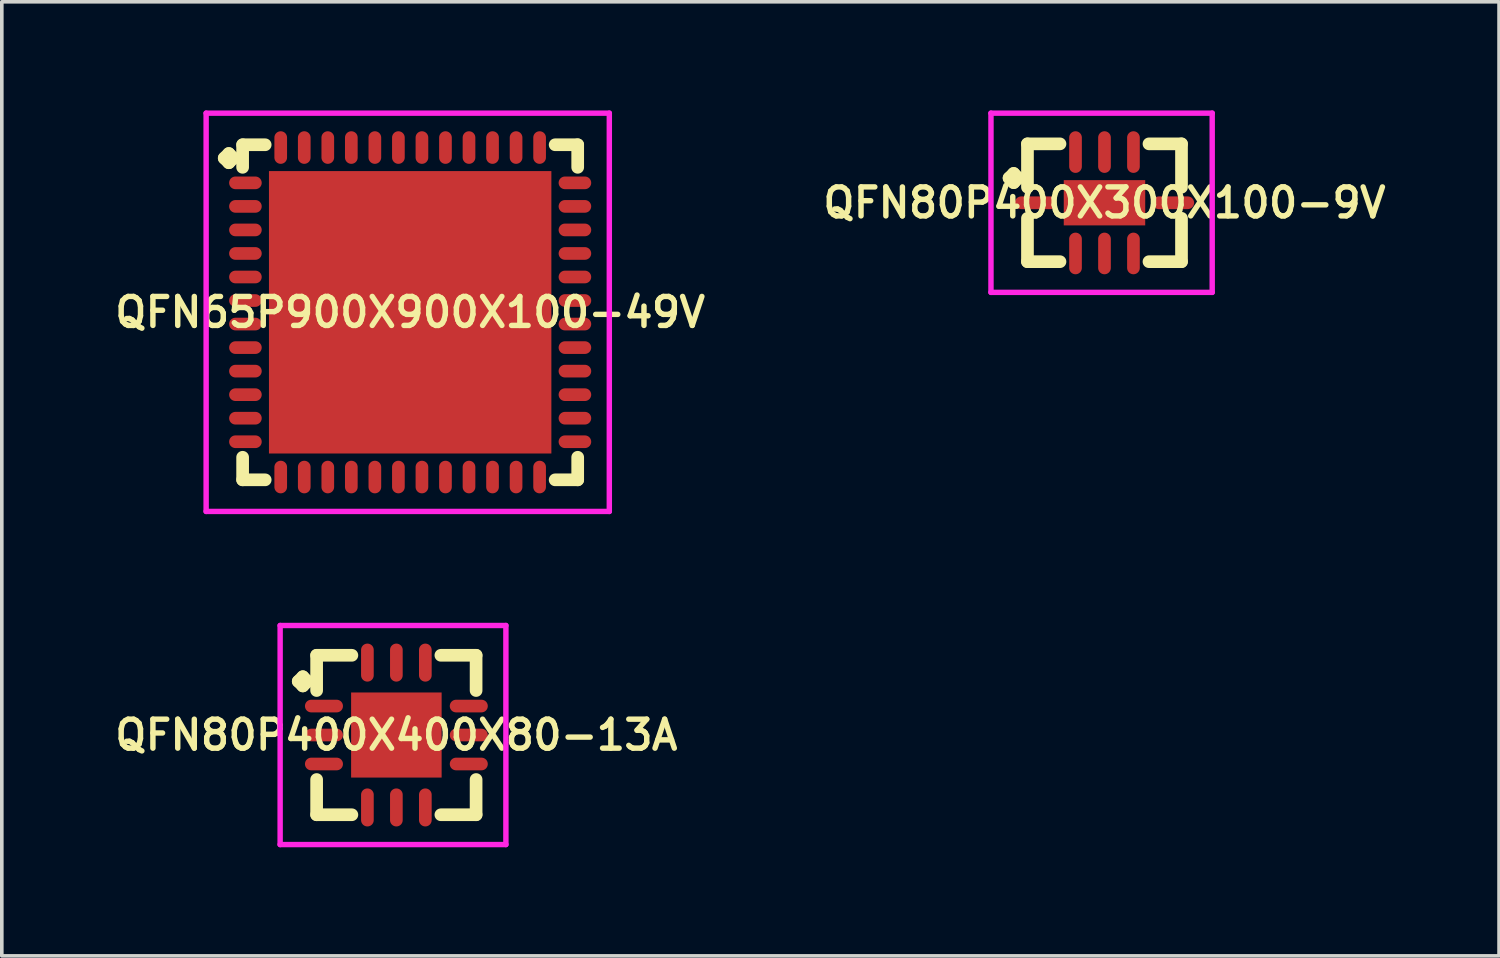
<source format=kicad_pcb>
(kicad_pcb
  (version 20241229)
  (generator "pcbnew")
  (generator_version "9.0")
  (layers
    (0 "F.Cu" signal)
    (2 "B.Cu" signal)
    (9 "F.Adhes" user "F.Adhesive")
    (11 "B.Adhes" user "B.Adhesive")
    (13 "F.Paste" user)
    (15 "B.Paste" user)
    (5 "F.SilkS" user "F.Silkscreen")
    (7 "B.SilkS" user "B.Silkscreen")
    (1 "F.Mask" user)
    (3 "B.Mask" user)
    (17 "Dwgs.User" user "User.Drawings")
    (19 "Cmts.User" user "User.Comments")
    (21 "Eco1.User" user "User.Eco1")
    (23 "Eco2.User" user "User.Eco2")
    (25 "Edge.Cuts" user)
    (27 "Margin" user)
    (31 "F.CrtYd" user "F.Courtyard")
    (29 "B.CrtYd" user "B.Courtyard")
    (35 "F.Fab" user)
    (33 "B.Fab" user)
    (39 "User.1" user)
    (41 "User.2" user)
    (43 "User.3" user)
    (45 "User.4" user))
  (footprint "QFN80P400X400X80-13A"
    (layer "F.Cu")
    (at 7.897 17.25)
    (property "Reference" "QFN80P400X400X80-13A" (at 0 0 0) (layer "F.SilkS") (effects (font (size 0.8 0.8) (thickness 0.15))))
    (attr smd)
    (fp_line (start -2.71 -1.483) (end -2.583 -1.61) (stroke (width 0.35) (type solid)) (layer "F.SilkS"))
    (fp_line (start -2.583 -1.61) (end -2.456 -1.483) (stroke (width 0.35) (type solid)) (layer "F.SilkS"))
    (fp_line (start -2.583 -1.356) (end -2.71 -1.483) (stroke (width 0.35) (type solid)) (layer "F.SilkS"))
    (fp_line (start -2.456 -1.483) (end -2.583 -1.356) (stroke (width 0.35) (type solid)) (layer "F.SilkS"))
    (fp_line (start -2.202 -2.202) (end -1.229 -2.202) (stroke (width 0.35) (type solid)) (layer "F.SilkS"))
    (fp_line (start -2.202 -1.229) (end -2.202 -2.202) (stroke (width 0.35) (type solid)) (layer "F.SilkS"))
    (fp_line (start -2.202 1.229) (end -2.202 2.202) (stroke (width 0.35) (type solid)) (layer "F.SilkS"))
    (fp_line (start -2.202 2.202) (end -1.229 2.202) (stroke (width 0.35) (type solid)) (layer "F.SilkS"))
    (fp_line (start 1.229 -2.202) (end 2.202 -2.202) (stroke (width 0.35) (type solid)) (layer "F.SilkS"))
    (fp_line (start 1.229 2.202) (end 2.202 2.202) (stroke (width 0.35) (type solid)) (layer "F.SilkS"))
    (fp_line (start 2.202 -2.202) (end 2.202 -1.229) (stroke (width 0.35) (type solid)) (layer "F.SilkS"))
    (fp_line (start 2.202 2.202) (end 2.202 1.229) (stroke (width 0.35) (type solid)) (layer "F.SilkS"))
    (fp_line (start -3.21 -3.025) (end 3.025 -3.025) (stroke (width 0.15) (type solid)) (layer "F.CrtYd"))
    (fp_line (start -3.21 3.025) (end -3.21 -3.025) (stroke (width 0.15) (type solid)) (layer "F.CrtYd"))
    (fp_line (start 3.025 -3.025) (end 3.025 3.025) (stroke (width 0.15) (type solid)) (layer "F.CrtYd"))
    (fp_line (start 3.025 3.025) (end -3.21 3.025) (stroke (width 0.15) (type solid)) (layer "F.CrtYd"))
    (pad "1" smd oval (at -2 -0.8) (size 1.05 0.35) (layers "F.Cu" "F.Mask" "F.Paste"))
    (pad "2" smd oval (at -2 0) (size 1.05 0.35) (layers "F.Cu" "F.Mask" "F.Paste"))
    (pad "3" smd oval (at -2 0.8) (size 1.05 0.35) (layers "F.Cu" "F.Mask" "F.Paste"))
    (pad "4" smd oval (at -0.8 2) (size 0.35 1.05) (layers "F.Cu" "F.Mask" "F.Paste"))
    (pad "5" smd oval (at 0 2) (size 0.35 1.05) (layers "F.Cu" "F.Mask" "F.Paste"))
    (pad "6" smd oval (at 0.8 2) (size 0.35 1.05) (layers "F.Cu" "F.Mask" "F.Paste"))
    (pad "7" smd oval (at 2 0.8) (size 1.05 0.35) (layers "F.Cu" "F.Mask" "F.Paste"))
    (pad "8" smd oval (at 2 0) (size 1.05 0.35) (layers "F.Cu" "F.Mask" "F.Paste"))
    (pad "9" smd oval (at 2 -0.8) (size 1.05 0.35) (layers "F.Cu" "F.Mask" "F.Paste"))
    (pad "10" smd oval (at 0.8 -2) (size 0.35 1.05) (layers "F.Cu" "F.Mask" "F.Paste"))
    (pad "11" smd oval (at 0 -2) (size 0.35 1.05) (layers "F.Cu" "F.Mask" "F.Paste"))
    (pad "12" smd oval (at -0.8 -2) (size 0.35 1.05) (layers "F.Cu" "F.Mask" "F.Paste"))
    (pad "13" smd rect (at 0 0) (size 2.5 2.35) (layers "F.Cu" "F.Mask" "F.Paste")))
  (footprint "QFN80P400X300X100-9V"
    (layer "F.Cu")
    (at 27.454 2.55)
    (property "Reference" "QFN80P400X300X100-9V" (at 0 0 0) (layer "F.SilkS") (effects (font (size 0.8 0.8) (thickness 0.15))))
    (attr through_hole)
    (fp_line (start -2.635 -0.683) (end -2.508 -0.81) (stroke (width 0.35) (type solid)) (layer "F.SilkS"))
    (fp_line (start -2.508 -0.81) (end -2.381 -0.683) (stroke (width 0.35) (type solid)) (layer "F.SilkS"))
    (fp_line (start -2.508 -0.556) (end -2.635 -0.683) (stroke (width 0.35) (type solid)) (layer "F.SilkS"))
    (fp_line (start -2.381 -0.683) (end -2.508 -0.556) (stroke (width 0.35) (type solid)) (layer "F.SilkS"))
    (fp_line (start -2.127 -1.627) (end -1.229 -1.627) (stroke (width 0.35) (type solid)) (layer "F.SilkS"))
    (fp_line (start -2.127 -0.429) (end -2.127 -1.627) (stroke (width 0.35) (type solid)) (layer "F.SilkS"))
    (fp_line (start -2.127 0.429) (end -2.127 1.627) (stroke (width 0.35) (type solid)) (layer "F.SilkS"))
    (fp_line (start -2.127 1.627) (end -1.229 1.627) (stroke (width 0.35) (type solid)) (layer "F.SilkS"))
    (fp_line (start 1.229 -1.627) (end 2.127 -1.627) (stroke (width 0.35) (type solid)) (layer "F.SilkS"))
    (fp_line (start 1.229 1.627) (end 2.127 1.627) (stroke (width 0.35) (type solid)) (layer "F.SilkS"))
    (fp_line (start 2.127 -1.627) (end 2.127 -0.429) (stroke (width 0.35) (type solid)) (layer "F.SilkS"))
    (fp_line (start 2.127 1.627) (end 2.127 0.429) (stroke (width 0.35) (type solid)) (layer "F.SilkS"))
    (fp_line (start -3.135 -2.475) (end 2.975 -2.475) (stroke (width 0.15) (type solid)) (layer "F.CrtYd"))
    (fp_line (start -3.135 2.475) (end -3.135 -2.475) (stroke (width 0.15) (type solid)) (layer "F.CrtYd"))
    (fp_line (start 2.975 -2.475) (end 2.975 2.475) (stroke (width 0.15) (type solid)) (layer "F.CrtYd"))
    (fp_line (start 2.975 2.475) (end -3.135 2.475) (stroke (width 0.15) (type solid)) (layer "F.CrtYd"))
    (pad "1" smd oval (at -1.9 0) (size 1.15 0.35) (layers "F.Cu" "F.Mask" "F.Paste"))
    (pad "2" smd oval (at -0.8 1.4) (size 0.35 1.15) (layers "F.Cu" "F.Mask" "F.Paste"))
    (pad "3" smd oval (at 0 1.4) (size 0.35 1.15) (layers "F.Cu" "F.Mask" "F.Paste"))
    (pad "4" smd oval (at 0.8 1.4) (size 0.35 1.15) (layers "F.Cu" "F.Mask" "F.Paste"))
    (pad "5" smd oval (at 1.9 0) (size 1.15 0.35) (layers "F.Cu" "F.Mask" "F.Paste"))
    (pad "6" smd oval (at 0.8 -1.4) (size 0.35 1.15) (layers "F.Cu" "F.Mask" "F.Paste"))
    (pad "7" smd oval (at 0 -1.4) (size 0.35 1.15) (layers "F.Cu" "F.Mask" "F.Paste"))
    (pad "8" smd oval (at -0.8 -1.4) (size 0.35 1.15) (layers "F.Cu" "F.Mask" "F.Paste"))
    (pad "9" smd rect (at 0 0) (size 2.25 1.25) (layers "F.Cu" "F.Mask" "F.Paste")))
  (footprint "QFN65P900X900X100-49V"
    (layer "F.Cu")
    (at 8.278 5.575)
    (property "Reference" "QFN65P900X900X100-49V" (at 0 0 0) (layer "F.SilkS") (effects (font (size 0.8 0.8) (thickness 0.15))))
    (attr smd)
    (fp_line (start -5.135 -4.258) (end -5.008 -4.385) (stroke (width 0.35) (type solid)) (layer "F.SilkS"))
    (fp_line (start -5.008 -4.385) (end -4.881 -4.258) (stroke (width 0.35) (type solid)) (layer "F.SilkS"))
    (fp_line (start -5.008 -4.131) (end -5.135 -4.258) (stroke (width 0.35) (type solid)) (layer "F.SilkS"))
    (fp_line (start -4.881 -4.258) (end -5.008 -4.131) (stroke (width 0.35) (type solid)) (layer "F.SilkS"))
    (fp_line (start -4.627 -4.627) (end -4.004 -4.627) (stroke (width 0.35) (type solid)) (layer "F.SilkS"))
    (fp_line (start -4.627 -4.004) (end -4.627 -4.627) (stroke (width 0.35) (type solid)) (layer "F.SilkS"))
    (fp_line (start -4.627 4.004) (end -4.627 4.627) (stroke (width 0.35) (type solid)) (layer "F.SilkS"))
    (fp_line (start -4.627 4.627) (end -4.004 4.627) (stroke (width 0.35) (type solid)) (layer "F.SilkS"))
    (fp_line (start 4.004 -4.627) (end 4.627 -4.627) (stroke (width 0.35) (type solid)) (layer "F.SilkS"))
    (fp_line (start 4.004 4.627) (end 4.627 4.627) (stroke (width 0.35) (type solid)) (layer "F.SilkS"))
    (fp_line (start 4.627 -4.627) (end 4.627 -4.004) (stroke (width 0.35) (type solid)) (layer "F.SilkS"))
    (fp_line (start 4.627 4.627) (end 4.627 4.004) (stroke (width 0.35) (type solid)) (layer "F.SilkS"))
    (fp_line (start -5.635 -5.5) (end 5.5 -5.5) (stroke (width 0.15) (type solid)) (layer "F.CrtYd"))
    (fp_line (start -5.635 5.5) (end -5.635 -5.5) (stroke (width 0.15) (type solid)) (layer "F.CrtYd"))
    (fp_line (start 5.5 -5.5) (end 5.5 5.5) (stroke (width 0.15) (type solid)) (layer "F.CrtYd"))
    (fp_line (start 5.5 5.5) (end -5.635 5.5) (stroke (width 0.15) (type solid)) (layer "F.CrtYd"))
    (pad "1" smd oval (at -4.55 -3.575) (size 0.9 0.35) (layers "F.Cu" "F.Mask" "F.Paste"))
    (pad "2" smd oval (at -4.55 -2.925) (size 0.9 0.35) (layers "F.Cu" "F.Mask" "F.Paste"))
    (pad "3" smd oval (at -4.55 -2.275) (size 0.9 0.35) (layers "F.Cu" "F.Mask" "F.Paste"))
    (pad "4" smd oval (at -4.55 -1.625) (size 0.9 0.35) (layers "F.Cu" "F.Mask" "F.Paste"))
    (pad "5" smd oval (at -4.55 -0.975) (size 0.9 0.35) (layers "F.Cu" "F.Mask" "F.Paste"))
    (pad "6" smd oval (at -4.55 -0.325) (size 0.9 0.35) (layers "F.Cu" "F.Mask" "F.Paste"))
    (pad "7" smd oval (at -4.55 0.325) (size 0.9 0.35) (layers "F.Cu" "F.Mask" "F.Paste"))
    (pad "8" smd oval (at -4.55 0.975) (size 0.9 0.35) (layers "F.Cu" "F.Mask" "F.Paste"))
    (pad "9" smd oval (at -4.55 1.625) (size 0.9 0.35) (layers "F.Cu" "F.Mask" "F.Paste"))
    (pad "10" smd oval (at -4.55 2.275) (size 0.9 0.35) (layers "F.Cu" "F.Mask" "F.Paste"))
    (pad "11" smd oval (at -4.55 2.925) (size 0.9 0.35) (layers "F.Cu" "F.Mask" "F.Paste"))
    (pad "12" smd oval (at -4.55 3.575) (size 0.9 0.35) (layers "F.Cu" "F.Mask" "F.Paste"))
    (pad "13" smd oval (at -3.575 4.55) (size 0.35 0.9) (layers "F.Cu" "F.Mask" "F.Paste"))
    (pad "14" smd oval (at -2.925 4.55) (size 0.35 0.9) (layers "F.Cu" "F.Mask" "F.Paste"))
    (pad "15" smd oval (at -2.275 4.55) (size 0.35 0.9) (layers "F.Cu" "F.Mask" "F.Paste"))
    (pad "16" smd oval (at -1.625 4.55) (size 0.35 0.9) (layers "F.Cu" "F.Mask" "F.Paste"))
    (pad "17" smd oval (at -0.975 4.55) (size 0.35 0.9) (layers "F.Cu" "F.Mask" "F.Paste"))
    (pad "18" smd oval (at -0.325 4.55) (size 0.35 0.9) (layers "F.Cu" "F.Mask" "F.Paste"))
    (pad "19" smd oval (at 0.325 4.55) (size 0.35 0.9) (layers "F.Cu" "F.Mask" "F.Paste"))
    (pad "20" smd oval (at 0.975 4.55) (size 0.35 0.9) (layers "F.Cu" "F.Mask" "F.Paste"))
    (pad "21" smd oval (at 1.625 4.55) (size 0.35 0.9) (layers "F.Cu" "F.Mask" "F.Paste"))
    (pad "22" smd oval (at 2.275 4.55) (size 0.35 0.9) (layers "F.Cu" "F.Mask" "F.Paste"))
    (pad "23" smd oval (at 2.925 4.55) (size 0.35 0.9) (layers "F.Cu" "F.Mask" "F.Paste"))
    (pad "24" smd oval (at 3.575 4.55) (size 0.35 0.9) (layers "F.Cu" "F.Mask" "F.Paste"))
    (pad "25" smd oval (at 4.55 3.575) (size 0.9 0.35) (layers "F.Cu" "F.Mask" "F.Paste"))
    (pad "26" smd oval (at 4.55 2.925) (size 0.9 0.35) (layers "F.Cu" "F.Mask" "F.Paste"))
    (pad "27" smd oval (at 4.55 2.275) (size 0.9 0.35) (layers "F.Cu" "F.Mask" "F.Paste"))
    (pad "28" smd oval (at 4.55 1.625) (size 0.9 0.35) (layers "F.Cu" "F.Mask" "F.Paste"))
    (pad "29" smd oval (at 4.55 0.975) (size 0.9 0.35) (layers "F.Cu" "F.Mask" "F.Paste"))
    (pad "30" smd oval (at 4.55 0.325) (size 0.9 0.35) (layers "F.Cu" "F.Mask" "F.Paste"))
    (pad "31" smd oval (at 4.55 -0.325) (size 0.9 0.35) (layers "F.Cu" "F.Mask" "F.Paste"))
    (pad "32" smd oval (at 4.55 -0.975) (size 0.9 0.35) (layers "F.Cu" "F.Mask" "F.Paste"))
    (pad "33" smd oval (at 4.55 -1.625) (size 0.9 0.35) (layers "F.Cu" "F.Mask" "F.Paste"))
    (pad "34" smd oval (at 4.55 -2.275) (size 0.9 0.35) (layers "F.Cu" "F.Mask" "F.Paste"))
    (pad "35" smd oval (at 4.55 -2.925) (size 0.9 0.35) (layers "F.Cu" "F.Mask" "F.Paste"))
    (pad "36" smd oval (at 4.55 -3.575) (size 0.9 0.35) (layers "F.Cu" "F.Mask" "F.Paste"))
    (pad "37" smd oval (at 3.575 -4.55) (size 0.35 0.9) (layers "F.Cu" "F.Mask" "F.Paste"))
    (pad "38" smd oval (at 2.925 -4.55) (size 0.35 0.9) (layers "F.Cu" "F.Mask" "F.Paste"))
    (pad "39" smd oval (at 2.275 -4.55) (size 0.35 0.9) (layers "F.Cu" "F.Mask" "F.Paste"))
    (pad "40" smd oval (at 1.625 -4.55) (size 0.35 0.9) (layers "F.Cu" "F.Mask" "F.Paste"))
    (pad "41" smd oval (at 0.975 -4.55) (size 0.35 0.9) (layers "F.Cu" "F.Mask" "F.Paste"))
    (pad "42" smd oval (at 0.325 -4.55) (size 0.35 0.9) (layers "F.Cu" "F.Mask" "F.Paste"))
    (pad "43" smd oval (at -0.325 -4.55) (size 0.35 0.9) (layers "F.Cu" "F.Mask" "F.Paste"))
    (pad "44" smd oval (at -0.975 -4.55) (size 0.35 0.9) (layers "F.Cu" "F.Mask" "F.Paste"))
    (pad "45" smd oval (at -1.625 -4.55) (size 0.35 0.9) (layers "F.Cu" "F.Mask" "F.Paste"))
    (pad "46" smd oval (at -2.275 -4.55) (size 0.35 0.9) (layers "F.Cu" "F.Mask" "F.Paste"))
    (pad "47" smd oval (at -2.925 -4.55) (size 0.35 0.9) (layers "F.Cu" "F.Mask" "F.Paste"))
    (pad "48" smd oval (at -3.575 -4.55) (size 0.35 0.9) (layers "F.Cu" "F.Mask" "F.Paste"))
    (pad "49" smd rect (at 0 0) (size 7.8 7.8) (layers "F.Cu" "F.Mask" "F.Paste")))
  (gr_rect
    (start -3 -3)
    (end 38.351 23.35)
    (stroke (width 0.1) (type default))
    (fill no)
    (layer "Edge.Cuts")))
</source>
